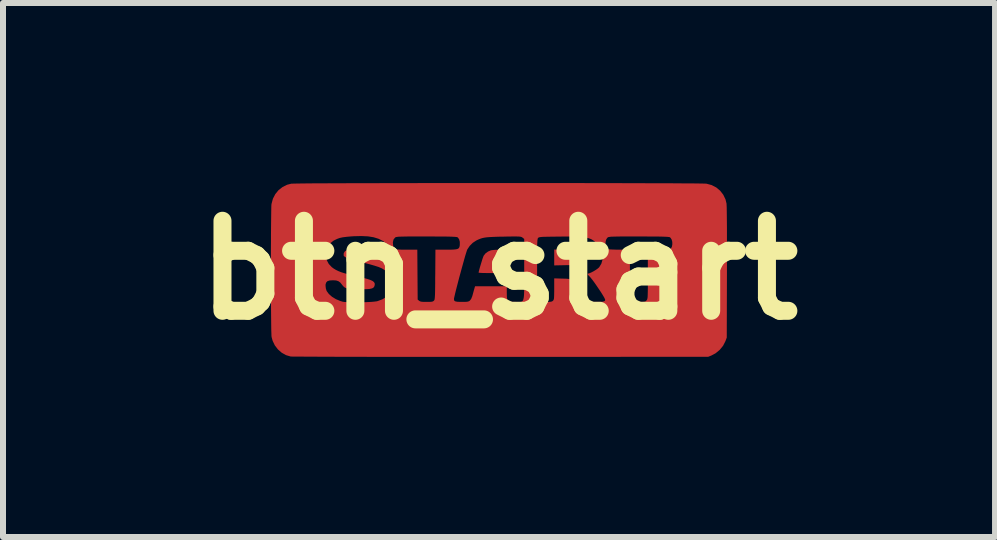
<source format=kicad_pcb>
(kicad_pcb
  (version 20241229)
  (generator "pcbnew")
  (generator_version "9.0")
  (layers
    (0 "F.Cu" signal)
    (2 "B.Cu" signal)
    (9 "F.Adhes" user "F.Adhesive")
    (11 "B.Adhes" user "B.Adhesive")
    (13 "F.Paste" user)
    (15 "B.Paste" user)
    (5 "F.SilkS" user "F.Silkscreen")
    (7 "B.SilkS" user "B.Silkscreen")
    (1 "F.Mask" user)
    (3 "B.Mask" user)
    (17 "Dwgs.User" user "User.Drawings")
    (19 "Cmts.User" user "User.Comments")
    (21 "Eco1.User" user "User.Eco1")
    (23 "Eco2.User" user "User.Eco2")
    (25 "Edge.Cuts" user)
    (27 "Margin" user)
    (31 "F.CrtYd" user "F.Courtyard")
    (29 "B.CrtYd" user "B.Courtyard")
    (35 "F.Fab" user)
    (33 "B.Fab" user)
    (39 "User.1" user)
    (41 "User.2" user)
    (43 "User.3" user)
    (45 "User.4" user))
  (footprint "btn_start"
    (layer "F.Cu")
    (at 5.264 1.45)
    (property "Reference" "btn_start" (at 0 0 0) (layer "F.SilkS") (effects (font (size 1.5 1.5) (thickness 0.3))))
    (attr board_only exclude_from_pos_files exclude_from_bom)
    (fp_poly (pts (xy 1.117 -0.338) (xy 1.186 -0.337) (xy 1.238 -0.335) (xy 1.277 -0.333) (xy 1.305 -0.33) (xy 1.327 -0.326) (xy 1.344 -0.32) (xy 1.361 -0.312) (xy 1.402 -0.283) (xy 1.427 -0.248) (xy 1.433 -0.209) (xy 1.423 -0.17) (xy 1.396 -0.134) (xy 1.354 -0.105) (xy 1.338 -0.098) (xy 1.319 -0.093) (xy 1.294 -0.089) (xy 1.261 -0.086) (xy 1.215 -0.084) (xy 1.153 -0.082) (xy 1.117 -0.082) (xy 0.92 -0.078) (xy 0.92 -0.21) (xy 0.92 -0.342)) (stroke (width 0) (type solid)) (fill yes) (layer "F.Cu"))
    (fp_poly (pts (xy 0.13 -0.145) (xy 0.13 0.05) (xy -0.105 0.05) (xy -0.171 0.05) (xy -0.23 0.049) (xy -0.279 0.048) (xy -0.315 0.046) (xy -0.336 0.044) (xy -0.34 0.043) (xy -0.337 0.026) (xy -0.329 -0.005) (xy -0.318 -0.046) (xy -0.304 -0.092) (xy -0.29 -0.138) (xy -0.277 -0.181) (xy -0.265 -0.215) (xy -0.257 -0.235) (xy -0.257 -0.237) (xy -0.226 -0.277) (xy -0.182 -0.309) (xy -0.135 -0.329) (xy -0.108 -0.333) (xy -0.068 -0.337) (xy -0.02 -0.339) (xy 0.018 -0.34) (xy 0.13 -0.34)) (stroke (width 0) (type solid)) (fill yes) (layer "F.Cu"))
    (fp_poly (pts (xy 0.153 -1.45) (xy 0.382 -1.45) (xy 0.609 -1.45) (xy 0.834 -1.45) (xy 1.055 -1.45) (xy 1.272 -1.45) (xy 1.485 -1.449) (xy 1.691 -1.449) (xy 1.89 -1.449) (xy 2.082 -1.448) (xy 2.265 -1.448) (xy 2.438 -1.447) (xy 2.601 -1.447) (xy 2.753 -1.446) (xy 2.893 -1.446) (xy 3.019 -1.445) (xy 3.131 -1.444) (xy 3.228 -1.444) (xy 3.31 -1.443) (xy 3.375 -1.442) (xy 3.422 -1.441) (xy 3.451 -1.44) (xy 3.459 -1.439) (xy 3.544 -1.416) (xy 3.621 -1.376) (xy 3.685 -1.322) (xy 3.737 -1.255) (xy 3.774 -1.178) (xy 3.791 -1.109) (xy 3.792 -1.088) (xy 3.794 -1.048) (xy 3.795 -0.988) (xy 3.796 -0.911) (xy 3.797 -0.816) (xy 3.798 -0.705) (xy 3.798 -0.577) (xy 3.798 -0.434) (xy 3.798 -0.276) (xy 3.798 -0.104) (xy 3.798 0.04) (xy 3.795 1.125) (xy 3.773 1.184) (xy 3.733 1.262) (xy 3.677 1.33) (xy 3.609 1.386) (xy 3.54 1.423) (xy 3.485 1.445) (xy 0.03 1.446) (xy -0.232 1.446) (xy -0.489 1.446) (xy -0.741 1.446) (xy -0.986 1.446) (xy -1.224 1.446) (xy -1.454 1.446) (xy -1.676 1.446) (xy -1.888 1.446) (xy -2.09 1.446) (xy -2.282 1.445) (xy -2.462 1.445) (xy -2.629 1.445) (xy -2.784 1.444) (xy -2.925 1.444) (xy -3.051 1.443) (xy -3.163 1.443) (xy -3.258 1.442) (xy -3.337 1.442) (xy -3.398 1.441) (xy -3.441 1.441) (xy -3.466 1.44) (xy -3.471 1.44) (xy -3.549 1.417) (xy -3.62 1.377) (xy -3.683 1.322) (xy -3.734 1.256) (xy -3.771 1.18) (xy -3.789 1.115) (xy -3.791 1.096) (xy -3.792 1.059) (xy -3.794 1.005) (xy -3.795 0.935) (xy -3.796 0.853) (xy -3.797 0.758) (xy -3.798 0.654) (xy -3.799 0.54) (xy -3.799 0.42) (xy -3.8 0.295) (xy -3.8 0.261) (xy -2.89 0.261) (xy -2.885 0.306) (xy -2.872 0.347) (xy -2.871 0.349) (xy -2.835 0.398) (xy -2.783 0.444) (xy -2.718 0.484) (xy -2.644 0.515) (xy -2.605 0.527) (xy -2.575 0.531) (xy -2.528 0.535) (xy -2.47 0.537) (xy -2.403 0.537) (xy -2.331 0.537) (xy -2.258 0.536) (xy -2.188 0.533) (xy -2.125 0.53) (xy -2.073 0.525) (xy -2.035 0.52) (xy -2.023 0.517) (xy -1.943 0.487) (xy -1.878 0.448) (xy -1.828 0.401) (xy -1.796 0.348) (xy -1.789 0.328) (xy -1.78 0.28) (xy -1.777 0.225) (xy -1.779 0.172) (xy -1.788 0.129) (xy -1.788 0.129) (xy -1.81 0.088) (xy -1.848 0.046) (xy -1.896 0.006) (xy -1.952 -0.029) (xy -1.964 -0.034) (xy -2.007 -0.052) (xy -2.069 -0.072) (xy -2.145 -0.094) (xy -2.234 -0.117) (xy -2.332 -0.14) (xy -2.402 -0.155) (xy -2.454 -0.168) (xy -2.502 -0.186) (xy -2.543 -0.205) (xy -2.573 -0.224) (xy -2.588 -0.241) (xy -2.588 -0.243) (xy -2.587 -0.281) (xy -2.568 -0.312) (xy -2.55 -0.325) (xy -2.534 -0.331) (xy -2.51 -0.335) (xy -2.476 -0.338) (xy -2.428 -0.339) (xy -2.363 -0.34) (xy -2.35 -0.34) (xy -2.277 -0.34) (xy -2.222 -0.337) (xy -2.179 -0.333) (xy -2.147 -0.325) (xy -2.123 -0.313) (xy -2.102 -0.295) (xy -2.083 -0.272) (xy -2.075 -0.261) (xy -2.041 -0.223) (xy -2.002 -0.201) (xy -1.954 -0.192) (xy -1.9 -0.193) (xy -1.862 -0.2) (xy -1.838 -0.211) (xy -1.823 -0.225) (xy -1.804 -0.261) (xy -1.801 -0.304) (xy -1.814 -0.35) (xy -1.84 -0.397) (xy -1.879 -0.442) (xy -1.905 -0.463) (xy -1.768 -0.463) (xy -1.765 -0.419) (xy -1.76 -0.393) (xy -1.752 -0.373) (xy -1.74 -0.359) (xy -1.72 -0.35) (xy -1.691 -0.344) (xy -1.648 -0.341) (xy -1.59 -0.34) (xy -1.54 -0.34) (xy -1.361 -0.34) (xy -1.358 0.076) (xy -1.355 0.492) (xy -1.331 0.511) (xy -1.317 0.52) (xy -1.298 0.526) (xy -1.27 0.529) (xy -1.229 0.53) (xy -1.205 0.53) (xy -1.158 0.53) (xy -1.127 0.528) (xy -1.106 0.524) (xy -1.093 0.517) (xy -1.084 0.509) (xy -1.079 0.503) (xy -1.075 0.495) (xy -1.072 0.482) (xy -1.072 0.48) (xy -0.75 0.48) (xy -0.748 0.501) (xy -0.74 0.515) (xy -0.722 0.523) (xy -0.692 0.528) (xy -0.646 0.53) (xy -0.619 0.53) (xy -0.57 0.53) (xy -0.536 0.528) (xy -0.514 0.524) (xy -0.497 0.517) (xy -0.486 0.509) (xy -0.464 0.481) (xy -0.446 0.437) (xy -0.445 0.434) (xy -0.433 0.391) (xy -0.42 0.343) (xy -0.415 0.325) (xy -0.399 0.27) (xy -0.135 0.27) (xy 0.13 0.27) (xy 0.13 0.378) (xy 0.131 0.436) (xy 0.135 0.477) (xy 0.145 0.504) (xy 0.164 0.52) (xy 0.195 0.527) (xy 0.241 0.53) (xy 0.275 0.53) (xy 0.307 0.531) (xy 0.334 0.531) (xy 0.356 0.531) (xy 0.374 0.527) (xy 0.388 0.52) (xy 0.399 0.506) (xy 0.407 0.484) (xy 0.413 0.454) (xy 0.417 0.413) (xy 0.419 0.36) (xy 0.42 0.293) (xy 0.42 0.21) (xy 0.42 0.203) (xy 0.635 0.203) (xy 0.635 0.287) (xy 0.636 0.355) (xy 0.638 0.409) (xy 0.641 0.451) (xy 0.647 0.482) (xy 0.655 0.504) (xy 0.666 0.519) (xy 0.68 0.527) (xy 0.697 0.531) (xy 0.718 0.531) (xy 0.744 0.531) (xy 0.775 0.53) (xy 0.777 0.53) (xy 0.825 0.53) (xy 0.857 0.528) (xy 0.878 0.524) (xy 0.892 0.517) (xy 0.9 0.51) (xy 0.907 0.501) (xy 0.912 0.49) (xy 0.916 0.473) (xy 0.918 0.448) (xy 0.919 0.41) (xy 0.92 0.358) (xy 0.92 0.314) (xy 0.92 0.138) (xy 1.049 0.142) (xy 1.102 0.143) (xy 1.14 0.145) (xy 1.165 0.148) (xy 1.184 0.154) (xy 1.199 0.162) (xy 1.215 0.174) (xy 1.217 0.175) (xy 1.235 0.194) (xy 1.262 0.226) (xy 1.293 0.267) (xy 1.327 0.315) (xy 1.35 0.348) (xy 1.383 0.397) (xy 1.415 0.441) (xy 1.443 0.477) (xy 1.465 0.502) (xy 1.475 0.51) (xy 1.491 0.519) (xy 1.51 0.525) (xy 1.537 0.528) (xy 1.576 0.53) (xy 1.626 0.53) (xy 1.686 0.529) (xy 1.728 0.526) (xy 1.754 0.519) (xy 1.767 0.509) (xy 1.769 0.493) (xy 1.765 0.483) (xy 1.753 0.457) (xy 1.731 0.42) (xy 1.702 0.373) (xy 1.668 0.322) (xy 1.632 0.269) (xy 1.597 0.218) (xy 1.564 0.173) (xy 1.536 0.138) (xy 1.519 0.117) (xy 1.49 0.087) (xy 1.476 0.069) (xy 1.476 0.061) (xy 1.479 0.06) (xy 1.504 0.054) (xy 1.539 0.039) (xy 1.579 0.018) (xy 1.618 -0.006) (xy 1.651 -0.03) (xy 1.67 -0.048) (xy 1.705 -0.106) (xy 1.724 -0.17) (xy 1.727 -0.239) (xy 1.713 -0.308) (xy 1.685 -0.374) (xy 1.641 -0.433) (xy 1.637 -0.437) (xy 1.774 -0.437) (xy 1.779 -0.398) (xy 1.793 -0.366) (xy 1.81 -0.35) (xy 1.826 -0.347) (xy 1.859 -0.344) (xy 1.905 -0.342) (xy 1.962 -0.34) (xy 2.004 -0.34) (xy 2.179 -0.34) (xy 2.182 0.076) (xy 2.185 0.492) (xy 2.209 0.511) (xy 2.223 0.52) (xy 2.241 0.526) (xy 2.269 0.529) (xy 2.31 0.53) (xy 2.335 0.53) (xy 2.382 0.53) (xy 2.413 0.528) (xy 2.433 0.525) (xy 2.445 0.519) (xy 2.456 0.508) (xy 2.459 0.504) (xy 2.464 0.497) (xy 2.469 0.488) (xy 2.472 0.477) (xy 2.475 0.461) (xy 2.477 0.437) (xy 2.478 0.405) (xy 2.479 0.362) (xy 2.48 0.306) (xy 2.48 0.236) (xy 2.48 0.149) (xy 2.48 0.069) (xy 2.48 -0.34) (xy 2.663 -0.34) (xy 2.729 -0.34) (xy 2.777 -0.341) (xy 2.811 -0.342) (xy 2.834 -0.345) (xy 2.849 -0.348) (xy 2.859 -0.354) (xy 2.865 -0.36) (xy 2.881 -0.39) (xy 2.888 -0.429) (xy 2.887 -0.47) (xy 2.877 -0.508) (xy 2.859 -0.537) (xy 2.844 -0.549) (xy 2.83 -0.551) (xy 2.802 -0.554) (xy 2.759 -0.556) (xy 2.7 -0.558) (xy 2.625 -0.559) (xy 2.531 -0.559) (xy 2.419 -0.56) (xy 2.326 -0.56) (xy 2.214 -0.56) (xy 2.12 -0.56) (xy 2.043 -0.56) (xy 1.98 -0.559) (xy 1.931 -0.558) (xy 1.893 -0.557) (xy 1.864 -0.556) (xy 1.844 -0.553) (xy 1.829 -0.551) (xy 1.819 -0.548) (xy 1.812 -0.544) (xy 1.807 -0.54) (xy 1.788 -0.514) (xy 1.777 -0.478) (xy 1.774 -0.437) (xy 1.637 -0.437) (xy 1.626 -0.448) (xy 1.596 -0.475) (xy 1.567 -0.497) (xy 1.536 -0.515) (xy 1.5 -0.529) (xy 1.459 -0.54) (xy 1.409 -0.548) (xy 1.349 -0.554) (xy 1.277 -0.557) (xy 1.19 -0.559) (xy 1.088 -0.559) (xy 1.003 -0.558) (xy 0.912 -0.557) (xy 0.839 -0.556) (xy 0.782 -0.555) (xy 0.738 -0.554) (xy 0.706 -0.552) (xy 0.684 -0.549) (xy 0.669 -0.546) (xy 0.659 -0.542) (xy 0.653 -0.537) (xy 0.653 -0.537) (xy 0.649 -0.532) (xy 0.645 -0.524) (xy 0.643 -0.513) (xy 0.64 -0.495) (xy 0.639 -0.47) (xy 0.637 -0.435) (xy 0.636 -0.39) (xy 0.636 -0.332) (xy 0.635 -0.26) (xy 0.635 -0.172) (xy 0.635 -0.066) (xy 0.635 -0.016) (xy 0.635 0.103) (xy 0.635 0.203) (xy 0.42 0.203) (xy 0.42 0.111) (xy 0.42 -0.006) (xy 0.42 -0.014) (xy 0.42 -0.519) (xy 0.393 -0.54) (xy 0.384 -0.547) (xy 0.375 -0.551) (xy 0.362 -0.555) (xy 0.344 -0.558) (xy 0.319 -0.559) (xy 0.282 -0.56) (xy 0.234 -0.56) (xy 0.17 -0.559) (xy 0.089 -0.558) (xy 0.08 -0.557) (xy -0.014 -0.556) (xy -0.091 -0.553) (xy -0.154 -0.55) (xy -0.204 -0.546) (xy -0.246 -0.54) (xy -0.282 -0.532) (xy -0.315 -0.521) (xy -0.347 -0.508) (xy -0.378 -0.493) (xy -0.436 -0.455) (xy -0.488 -0.403) (xy -0.527 -0.345) (xy -0.529 -0.342) (xy -0.536 -0.323) (xy -0.547 -0.288) (xy -0.562 -0.24) (xy -0.579 -0.18) (xy -0.598 -0.111) (xy -0.619 -0.036) (xy -0.64 0.042) (xy -0.662 0.121) (xy -0.682 0.199) (xy -0.701 0.272) (xy -0.718 0.338) (xy -0.732 0.395) (xy -0.742 0.439) (xy -0.749 0.469) (xy -0.75 0.48) (xy -1.072 0.48) (xy -1.07 0.464) (xy -1.068 0.438) (xy -1.066 0.403) (xy -1.065 0.356) (xy -1.064 0.295) (xy -1.063 0.219) (xy -1.063 0.126) (xy -1.062 0.074) (xy -1.059 -0.34) (xy -0.881 -0.34) (xy -0.809 -0.34) (xy -0.755 -0.342) (xy -0.716 -0.346) (xy -0.689 -0.353) (xy -0.671 -0.364) (xy -0.661 -0.38) (xy -0.655 -0.402) (xy -0.653 -0.422) (xy -0.653 -0.471) (xy -0.664 -0.512) (xy -0.683 -0.54) (xy -0.696 -0.549) (xy -0.71 -0.551) (xy -0.738 -0.554) (xy -0.781 -0.556) (xy -0.84 -0.558) (xy -0.915 -0.559) (xy -1.009 -0.559) (xy -1.121 -0.56) (xy -1.214 -0.56) (xy -1.326 -0.56) (xy -1.42 -0.56) (xy -1.497 -0.56) (xy -1.56 -0.559) (xy -1.609 -0.558) (xy -1.647 -0.557) (xy -1.676 -0.556) (xy -1.696 -0.553) (xy -1.711 -0.551) (xy -1.721 -0.548) (xy -1.728 -0.544) (xy -1.733 -0.54) (xy -1.758 -0.508) (xy -1.768 -0.463) (xy -1.905 -0.463) (xy -1.929 -0.482) (xy -1.939 -0.488) (xy -2.008 -0.522) (xy -2.089 -0.547) (xy -2.183 -0.562) (xy -2.293 -0.567) (xy -2.419 -0.564) (xy -2.465 -0.561) (xy -2.542 -0.554) (xy -2.604 -0.546) (xy -2.654 -0.535) (xy -2.698 -0.519) (xy -2.739 -0.499) (xy -2.76 -0.488) (xy -2.814 -0.444) (xy -2.853 -0.389) (xy -2.876 -0.321) (xy -2.878 -0.308) (xy -2.882 -0.231) (xy -2.868 -0.162) (xy -2.836 -0.102) (xy -2.786 -0.049) (xy -2.752 -0.024) (xy -2.717 -0.003) (xy -2.676 0.017) (xy -2.628 0.036) (xy -2.57 0.054) (xy -2.499 0.074) (xy -2.413 0.095) (xy -2.346 0.11) (xy -2.261 0.13) (xy -2.193 0.148) (xy -2.142 0.165) (xy -2.106 0.182) (xy -2.083 0.2) (xy -2.071 0.221) (xy -2.07 0.244) (xy -2.076 0.269) (xy -2.086 0.286) (xy -2.101 0.299) (xy -2.126 0.308) (xy -2.162 0.315) (xy -2.211 0.318) (xy -2.276 0.319) (xy -2.345 0.318) (xy -2.417 0.317) (xy -2.473 0.314) (xy -2.514 0.309) (xy -2.545 0.302) (xy -2.569 0.291) (xy -2.588 0.276) (xy -2.606 0.256) (xy -2.615 0.244) (xy -2.645 0.207) (xy -2.676 0.185) (xy -2.713 0.173) (xy -2.763 0.17) (xy -2.768 0.17) (xy -2.82 0.173) (xy -2.857 0.184) (xy -2.878 0.205) (xy -2.889 0.236) (xy -2.89 0.261) (xy -3.8 0.261) (xy -3.8 0.166) (xy -3.8 0.035) (xy -3.8 -0.096) (xy -3.8 -0.227) (xy -3.8 -0.354) (xy -3.799 -0.476) (xy -3.799 -0.593) (xy -3.798 -0.702) (xy -3.797 -0.801) (xy -3.796 -0.889) (xy -3.795 -0.964) (xy -3.794 -1.025) (xy -3.793 -1.07) (xy -3.791 -1.098) (xy -3.79 -1.103) (xy -3.767 -1.189) (xy -3.727 -1.266) (xy -3.673 -1.332) (xy -3.606 -1.384) (xy -3.529 -1.422) (xy -3.459 -1.44) (xy -3.443 -1.44) (xy -3.408 -1.441) (xy -3.355 -1.442) (xy -3.284 -1.443) (xy -3.197 -1.444) (xy -3.095 -1.445) (xy -2.978 -1.445) (xy -2.847 -1.446) (xy -2.704 -1.446) (xy -2.548 -1.447) (xy -2.382 -1.448) (xy -2.205 -1.448) (xy -2.019 -1.448) (xy -1.824 -1.449) (xy -1.623 -1.449) (xy -1.414 -1.449) (xy -1.2 -1.45) (xy -0.981 -1.45) (xy -0.759 -1.45) (xy -0.533 -1.45) (xy -0.305 -1.45) (xy -0.076 -1.45)) (stroke (width 0) (type solid)) (fill yes) (layer "F.Cu"))
    (fp_poly (pts (xy 1.117 -0.338) (xy 1.186 -0.337) (xy 1.238 -0.335) (xy 1.277 -0.333) (xy 1.305 -0.33) (xy 1.327 -0.326) (xy 1.344 -0.32) (xy 1.361 -0.312) (xy 1.402 -0.283) (xy 1.427 -0.248) (xy 1.433 -0.209) (xy 1.423 -0.17) (xy 1.396 -0.134) (xy 1.354 -0.105) (xy 1.338 -0.098) (xy 1.319 -0.093) (xy 1.294 -0.089) (xy 1.261 -0.086) (xy 1.215 -0.084) (xy 1.153 -0.082) (xy 1.117 -0.082) (xy 0.92 -0.078) (xy 0.92 -0.21) (xy 0.92 -0.342)) (stroke (width 0) (type solid)) (fill yes) (layer "F.Mask"))
    (fp_poly (pts (xy 0.13 -0.145) (xy 0.13 0.05) (xy -0.105 0.05) (xy -0.171 0.05) (xy -0.23 0.049) (xy -0.279 0.048) (xy -0.315 0.046) (xy -0.336 0.044) (xy -0.34 0.043) (xy -0.337 0.026) (xy -0.329 -0.005) (xy -0.318 -0.046) (xy -0.304 -0.092) (xy -0.29 -0.138) (xy -0.277 -0.181) (xy -0.265 -0.215) (xy -0.257 -0.235) (xy -0.257 -0.237) (xy -0.226 -0.277) (xy -0.182 -0.309) (xy -0.135 -0.329) (xy -0.108 -0.333) (xy -0.068 -0.337) (xy -0.02 -0.339) (xy 0.018 -0.34) (xy 0.13 -0.34)) (stroke (width 0) (type solid)) (fill yes) (layer "F.Mask"))
    (fp_poly (pts (xy 0.153 -1.45) (xy 0.382 -1.45) (xy 0.609 -1.45) (xy 0.834 -1.45) (xy 1.055 -1.45) (xy 1.272 -1.45) (xy 1.485 -1.449) (xy 1.691 -1.449) (xy 1.89 -1.449) (xy 2.082 -1.448) (xy 2.265 -1.448) (xy 2.438 -1.447) (xy 2.601 -1.447) (xy 2.753 -1.446) (xy 2.893 -1.446) (xy 3.019 -1.445) (xy 3.131 -1.444) (xy 3.228 -1.444) (xy 3.31 -1.443) (xy 3.375 -1.442) (xy 3.422 -1.441) (xy 3.451 -1.44) (xy 3.459 -1.439) (xy 3.544 -1.416) (xy 3.621 -1.376) (xy 3.685 -1.322) (xy 3.737 -1.255) (xy 3.774 -1.178) (xy 3.791 -1.109) (xy 3.792 -1.088) (xy 3.794 -1.048) (xy 3.795 -0.988) (xy 3.796 -0.911) (xy 3.797 -0.816) (xy 3.798 -0.705) (xy 3.798 -0.577) (xy 3.798 -0.434) (xy 3.798 -0.276) (xy 3.798 -0.104) (xy 3.798 0.04) (xy 3.795 1.125) (xy 3.773 1.184) (xy 3.733 1.262) (xy 3.677 1.33) (xy 3.609 1.386) (xy 3.54 1.423) (xy 3.485 1.445) (xy 0.03 1.446) (xy -0.232 1.446) (xy -0.489 1.446) (xy -0.741 1.446) (xy -0.986 1.446) (xy -1.224 1.446) (xy -1.454 1.446) (xy -1.676 1.446) (xy -1.888 1.446) (xy -2.09 1.446) (xy -2.282 1.445) (xy -2.462 1.445) (xy -2.629 1.445) (xy -2.784 1.444) (xy -2.925 1.444) (xy -3.051 1.443) (xy -3.163 1.443) (xy -3.258 1.442) (xy -3.337 1.442) (xy -3.398 1.441) (xy -3.441 1.441) (xy -3.466 1.44) (xy -3.471 1.44) (xy -3.549 1.417) (xy -3.62 1.377) (xy -3.683 1.322) (xy -3.734 1.256) (xy -3.771 1.18) (xy -3.789 1.115) (xy -3.791 1.096) (xy -3.792 1.059) (xy -3.794 1.005) (xy -3.795 0.935) (xy -3.796 0.853) (xy -3.797 0.758) (xy -3.798 0.654) (xy -3.799 0.54) (xy -3.799 0.42) (xy -3.8 0.295) (xy -3.8 0.261) (xy -2.89 0.261) (xy -2.885 0.306) (xy -2.872 0.347) (xy -2.871 0.349) (xy -2.835 0.398) (xy -2.783 0.444) (xy -2.718 0.484) (xy -2.644 0.515) (xy -2.605 0.527) (xy -2.575 0.531) (xy -2.528 0.535) (xy -2.47 0.537) (xy -2.403 0.537) (xy -2.331 0.537) (xy -2.258 0.536) (xy -2.188 0.533) (xy -2.125 0.53) (xy -2.073 0.525) (xy -2.035 0.52) (xy -2.023 0.517) (xy -1.943 0.487) (xy -1.878 0.448) (xy -1.828 0.401) (xy -1.796 0.348) (xy -1.789 0.328) (xy -1.78 0.28) (xy -1.777 0.225) (xy -1.779 0.172) (xy -1.788 0.129) (xy -1.788 0.129) (xy -1.81 0.088) (xy -1.848 0.046) (xy -1.896 0.006) (xy -1.952 -0.029) (xy -1.964 -0.034) (xy -2.007 -0.052) (xy -2.069 -0.072) (xy -2.145 -0.094) (xy -2.234 -0.117) (xy -2.332 -0.14) (xy -2.402 -0.155) (xy -2.454 -0.168) (xy -2.502 -0.186) (xy -2.543 -0.205) (xy -2.573 -0.224) (xy -2.588 -0.241) (xy -2.588 -0.243) (xy -2.587 -0.281) (xy -2.568 -0.312) (xy -2.55 -0.325) (xy -2.534 -0.331) (xy -2.51 -0.335) (xy -2.476 -0.338) (xy -2.428 -0.339) (xy -2.363 -0.34) (xy -2.35 -0.34) (xy -2.277 -0.34) (xy -2.222 -0.337) (xy -2.179 -0.333) (xy -2.147 -0.325) (xy -2.123 -0.313) (xy -2.102 -0.295) (xy -2.083 -0.272) (xy -2.075 -0.261) (xy -2.041 -0.223) (xy -2.002 -0.201) (xy -1.954 -0.192) (xy -1.9 -0.193) (xy -1.862 -0.2) (xy -1.838 -0.211) (xy -1.823 -0.225) (xy -1.804 -0.261) (xy -1.801 -0.304) (xy -1.814 -0.35) (xy -1.84 -0.397) (xy -1.879 -0.442) (xy -1.905 -0.463) (xy -1.768 -0.463) (xy -1.765 -0.419) (xy -1.76 -0.393) (xy -1.752 -0.373) (xy -1.74 -0.359) (xy -1.72 -0.35) (xy -1.691 -0.344) (xy -1.648 -0.341) (xy -1.59 -0.34) (xy -1.54 -0.34) (xy -1.361 -0.34) (xy -1.358 0.076) (xy -1.355 0.492) (xy -1.331 0.511) (xy -1.317 0.52) (xy -1.298 0.526) (xy -1.27 0.529) (xy -1.229 0.53) (xy -1.205 0.53) (xy -1.158 0.53) (xy -1.127 0.528) (xy -1.106 0.524) (xy -1.093 0.517) (xy -1.084 0.509) (xy -1.079 0.503) (xy -1.075 0.495) (xy -1.072 0.482) (xy -1.072 0.48) (xy -0.75 0.48) (xy -0.748 0.501) (xy -0.74 0.515) (xy -0.722 0.523) (xy -0.692 0.528) (xy -0.646 0.53) (xy -0.619 0.53) (xy -0.57 0.53) (xy -0.536 0.528) (xy -0.514 0.524) (xy -0.497 0.517) (xy -0.486 0.509) (xy -0.464 0.481) (xy -0.446 0.437) (xy -0.445 0.434) (xy -0.433 0.391) (xy -0.42 0.343) (xy -0.415 0.325) (xy -0.399 0.27) (xy -0.135 0.27) (xy 0.13 0.27) (xy 0.13 0.378) (xy 0.131 0.436) (xy 0.135 0.477) (xy 0.145 0.504) (xy 0.164 0.52) (xy 0.195 0.527) (xy 0.241 0.53) (xy 0.275 0.53) (xy 0.307 0.531) (xy 0.334 0.531) (xy 0.356 0.531) (xy 0.374 0.527) (xy 0.388 0.52) (xy 0.399 0.506) (xy 0.407 0.484) (xy 0.413 0.454) (xy 0.417 0.413) (xy 0.419 0.36) (xy 0.42 0.293) (xy 0.42 0.21) (xy 0.42 0.203) (xy 0.635 0.203) (xy 0.635 0.287) (xy 0.636 0.355) (xy 0.638 0.409) (xy 0.641 0.451) (xy 0.647 0.482) (xy 0.655 0.504) (xy 0.666 0.519) (xy 0.68 0.527) (xy 0.697 0.531) (xy 0.718 0.531) (xy 0.744 0.531) (xy 0.775 0.53) (xy 0.777 0.53) (xy 0.825 0.53) (xy 0.857 0.528) (xy 0.878 0.524) (xy 0.892 0.517) (xy 0.9 0.51) (xy 0.907 0.501) (xy 0.912 0.49) (xy 0.916 0.473) (xy 0.918 0.448) (xy 0.919 0.41) (xy 0.92 0.358) (xy 0.92 0.314) (xy 0.92 0.138) (xy 1.049 0.142) (xy 1.102 0.143) (xy 1.14 0.145) (xy 1.165 0.148) (xy 1.184 0.154) (xy 1.199 0.162) (xy 1.215 0.174) (xy 1.217 0.175) (xy 1.235 0.194) (xy 1.262 0.226) (xy 1.293 0.267) (xy 1.327 0.315) (xy 1.35 0.348) (xy 1.383 0.397) (xy 1.415 0.441) (xy 1.443 0.477) (xy 1.465 0.502) (xy 1.475 0.51) (xy 1.491 0.519) (xy 1.51 0.525) (xy 1.537 0.528) (xy 1.576 0.53) (xy 1.626 0.53) (xy 1.686 0.529) (xy 1.728 0.526) (xy 1.754 0.519) (xy 1.767 0.509) (xy 1.769 0.493) (xy 1.765 0.483) (xy 1.753 0.457) (xy 1.731 0.42) (xy 1.702 0.373) (xy 1.668 0.322) (xy 1.632 0.269) (xy 1.597 0.218) (xy 1.564 0.173) (xy 1.536 0.138) (xy 1.519 0.117) (xy 1.49 0.087) (xy 1.476 0.069) (xy 1.476 0.061) (xy 1.479 0.06) (xy 1.504 0.054) (xy 1.539 0.039) (xy 1.579 0.018) (xy 1.618 -0.006) (xy 1.651 -0.03) (xy 1.67 -0.048) (xy 1.705 -0.106) (xy 1.724 -0.17) (xy 1.727 -0.239) (xy 1.713 -0.308) (xy 1.685 -0.374) (xy 1.641 -0.433) (xy 1.637 -0.437) (xy 1.774 -0.437) (xy 1.779 -0.398) (xy 1.793 -0.366) (xy 1.81 -0.35) (xy 1.826 -0.347) (xy 1.859 -0.344) (xy 1.905 -0.342) (xy 1.962 -0.34) (xy 2.004 -0.34) (xy 2.179 -0.34) (xy 2.182 0.076) (xy 2.185 0.492) (xy 2.209 0.511) (xy 2.223 0.52) (xy 2.241 0.526) (xy 2.269 0.529) (xy 2.31 0.53) (xy 2.335 0.53) (xy 2.382 0.53) (xy 2.413 0.528) (xy 2.433 0.525) (xy 2.445 0.519) (xy 2.456 0.508) (xy 2.459 0.504) (xy 2.464 0.497) (xy 2.469 0.488) (xy 2.472 0.477) (xy 2.475 0.461) (xy 2.477 0.437) (xy 2.478 0.405) (xy 2.479 0.362) (xy 2.48 0.306) (xy 2.48 0.236) (xy 2.48 0.149) (xy 2.48 0.069) (xy 2.48 -0.34) (xy 2.663 -0.34) (xy 2.729 -0.34) (xy 2.777 -0.341) (xy 2.811 -0.342) (xy 2.834 -0.345) (xy 2.849 -0.348) (xy 2.859 -0.354) (xy 2.865 -0.36) (xy 2.881 -0.39) (xy 2.888 -0.429) (xy 2.887 -0.47) (xy 2.877 -0.508) (xy 2.859 -0.537) (xy 2.844 -0.549) (xy 2.83 -0.551) (xy 2.802 -0.554) (xy 2.759 -0.556) (xy 2.7 -0.558) (xy 2.625 -0.559) (xy 2.531 -0.559) (xy 2.419 -0.56) (xy 2.326 -0.56) (xy 2.214 -0.56) (xy 2.12 -0.56) (xy 2.043 -0.56) (xy 1.98 -0.559) (xy 1.931 -0.558) (xy 1.893 -0.557) (xy 1.864 -0.556) (xy 1.844 -0.553) (xy 1.829 -0.551) (xy 1.819 -0.548) (xy 1.812 -0.544) (xy 1.807 -0.54) (xy 1.788 -0.514) (xy 1.777 -0.478) (xy 1.774 -0.437) (xy 1.637 -0.437) (xy 1.626 -0.448) (xy 1.596 -0.475) (xy 1.567 -0.497) (xy 1.536 -0.515) (xy 1.5 -0.529) (xy 1.459 -0.54) (xy 1.409 -0.548) (xy 1.349 -0.554) (xy 1.277 -0.557) (xy 1.19 -0.559) (xy 1.088 -0.559) (xy 1.003 -0.558) (xy 0.912 -0.557) (xy 0.839 -0.556) (xy 0.782 -0.555) (xy 0.738 -0.554) (xy 0.706 -0.552) (xy 0.684 -0.549) (xy 0.669 -0.546) (xy 0.659 -0.542) (xy 0.653 -0.537) (xy 0.653 -0.537) (xy 0.649 -0.532) (xy 0.645 -0.524) (xy 0.643 -0.513) (xy 0.64 -0.495) (xy 0.639 -0.47) (xy 0.637 -0.435) (xy 0.636 -0.39) (xy 0.636 -0.332) (xy 0.635 -0.26) (xy 0.635 -0.172) (xy 0.635 -0.066) (xy 0.635 -0.016) (xy 0.635 0.103) (xy 0.635 0.203) (xy 0.42 0.203) (xy 0.42 0.111) (xy 0.42 -0.006) (xy 0.42 -0.014) (xy 0.42 -0.519) (xy 0.393 -0.54) (xy 0.384 -0.547) (xy 0.375 -0.551) (xy 0.362 -0.555) (xy 0.344 -0.558) (xy 0.319 -0.559) (xy 0.282 -0.56) (xy 0.234 -0.56) (xy 0.17 -0.559) (xy 0.089 -0.558) (xy 0.08 -0.557) (xy -0.014 -0.556) (xy -0.091 -0.553) (xy -0.154 -0.55) (xy -0.204 -0.546) (xy -0.246 -0.54) (xy -0.282 -0.532) (xy -0.315 -0.521) (xy -0.347 -0.508) (xy -0.378 -0.493) (xy -0.436 -0.455) (xy -0.488 -0.403) (xy -0.527 -0.345) (xy -0.529 -0.342) (xy -0.536 -0.323) (xy -0.547 -0.288) (xy -0.562 -0.24) (xy -0.579 -0.18) (xy -0.598 -0.111) (xy -0.619 -0.036) (xy -0.64 0.042) (xy -0.662 0.121) (xy -0.682 0.199) (xy -0.701 0.272) (xy -0.718 0.338) (xy -0.732 0.395) (xy -0.742 0.439) (xy -0.749 0.469) (xy -0.75 0.48) (xy -1.072 0.48) (xy -1.07 0.464) (xy -1.068 0.438) (xy -1.066 0.403) (xy -1.065 0.356) (xy -1.064 0.295) (xy -1.063 0.219) (xy -1.063 0.126) (xy -1.062 0.074) (xy -1.059 -0.34) (xy -0.881 -0.34) (xy -0.809 -0.34) (xy -0.755 -0.342) (xy -0.716 -0.346) (xy -0.689 -0.353) (xy -0.671 -0.364) (xy -0.661 -0.38) (xy -0.655 -0.402) (xy -0.653 -0.422) (xy -0.653 -0.471) (xy -0.664 -0.512) (xy -0.683 -0.54) (xy -0.696 -0.549) (xy -0.71 -0.551) (xy -0.738 -0.554) (xy -0.781 -0.556) (xy -0.84 -0.558) (xy -0.915 -0.559) (xy -1.009 -0.559) (xy -1.121 -0.56) (xy -1.214 -0.56) (xy -1.326 -0.56) (xy -1.42 -0.56) (xy -1.497 -0.56) (xy -1.56 -0.559) (xy -1.609 -0.558) (xy -1.647 -0.557) (xy -1.676 -0.556) (xy -1.696 -0.553) (xy -1.711 -0.551) (xy -1.721 -0.548) (xy -1.728 -0.544) (xy -1.733 -0.54) (xy -1.758 -0.508) (xy -1.768 -0.463) (xy -1.905 -0.463) (xy -1.929 -0.482) (xy -1.939 -0.488) (xy -2.008 -0.522) (xy -2.089 -0.547) (xy -2.183 -0.562) (xy -2.293 -0.567) (xy -2.419 -0.564) (xy -2.465 -0.561) (xy -2.542 -0.554) (xy -2.604 -0.546) (xy -2.654 -0.535) (xy -2.698 -0.519) (xy -2.739 -0.499) (xy -2.76 -0.488) (xy -2.814 -0.444) (xy -2.853 -0.389) (xy -2.876 -0.321) (xy -2.878 -0.308) (xy -2.882 -0.231) (xy -2.868 -0.162) (xy -2.836 -0.102) (xy -2.786 -0.049) (xy -2.752 -0.024) (xy -2.717 -0.003) (xy -2.676 0.017) (xy -2.628 0.036) (xy -2.57 0.054) (xy -2.499 0.074) (xy -2.413 0.095) (xy -2.346 0.11) (xy -2.261 0.13) (xy -2.193 0.148) (xy -2.142 0.165) (xy -2.106 0.182) (xy -2.083 0.2) (xy -2.071 0.221) (xy -2.07 0.244) (xy -2.076 0.269) (xy -2.086 0.286) (xy -2.101 0.299) (xy -2.126 0.308) (xy -2.162 0.315) (xy -2.211 0.318) (xy -2.276 0.319) (xy -2.345 0.318) (xy -2.417 0.317) (xy -2.473 0.314) (xy -2.514 0.309) (xy -2.545 0.302) (xy -2.569 0.291) (xy -2.588 0.276) (xy -2.606 0.256) (xy -2.615 0.244) (xy -2.645 0.207) (xy -2.676 0.185) (xy -2.713 0.173) (xy -2.763 0.17) (xy -2.768 0.17) (xy -2.82 0.173) (xy -2.857 0.184) (xy -2.878 0.205) (xy -2.889 0.236) (xy -2.89 0.261) (xy -3.8 0.261) (xy -3.8 0.166) (xy -3.8 0.035) (xy -3.8 -0.096) (xy -3.8 -0.227) (xy -3.8 -0.354) (xy -3.799 -0.476) (xy -3.799 -0.593) (xy -3.798 -0.702) (xy -3.797 -0.801) (xy -3.796 -0.889) (xy -3.795 -0.964) (xy -3.794 -1.025) (xy -3.793 -1.07) (xy -3.791 -1.098) (xy -3.79 -1.103) (xy -3.767 -1.189) (xy -3.727 -1.266) (xy -3.673 -1.332) (xy -3.606 -1.384) (xy -3.529 -1.422) (xy -3.459 -1.44) (xy -3.443 -1.44) (xy -3.408 -1.441) (xy -3.355 -1.442) (xy -3.284 -1.443) (xy -3.197 -1.444) (xy -3.095 -1.445) (xy -2.978 -1.445) (xy -2.847 -1.446) (xy -2.704 -1.446) (xy -2.548 -1.447) (xy -2.382 -1.448) (xy -2.205 -1.448) (xy -2.019 -1.448) (xy -1.824 -1.449) (xy -1.623 -1.449) (xy -1.414 -1.449) (xy -1.2 -1.45) (xy -0.981 -1.45) (xy -0.759 -1.45) (xy -0.533 -1.45) (xy -0.305 -1.45) (xy -0.076 -1.45)) (stroke (width 0) (type solid)) (fill yes) (layer "F.Mask")))
  (gr_rect
    (start -3 -3)
    (end 13.529 5.897)
    (stroke (width 0.1) (type default))
    (fill no)
    (layer "Edge.Cuts")))
</source>
